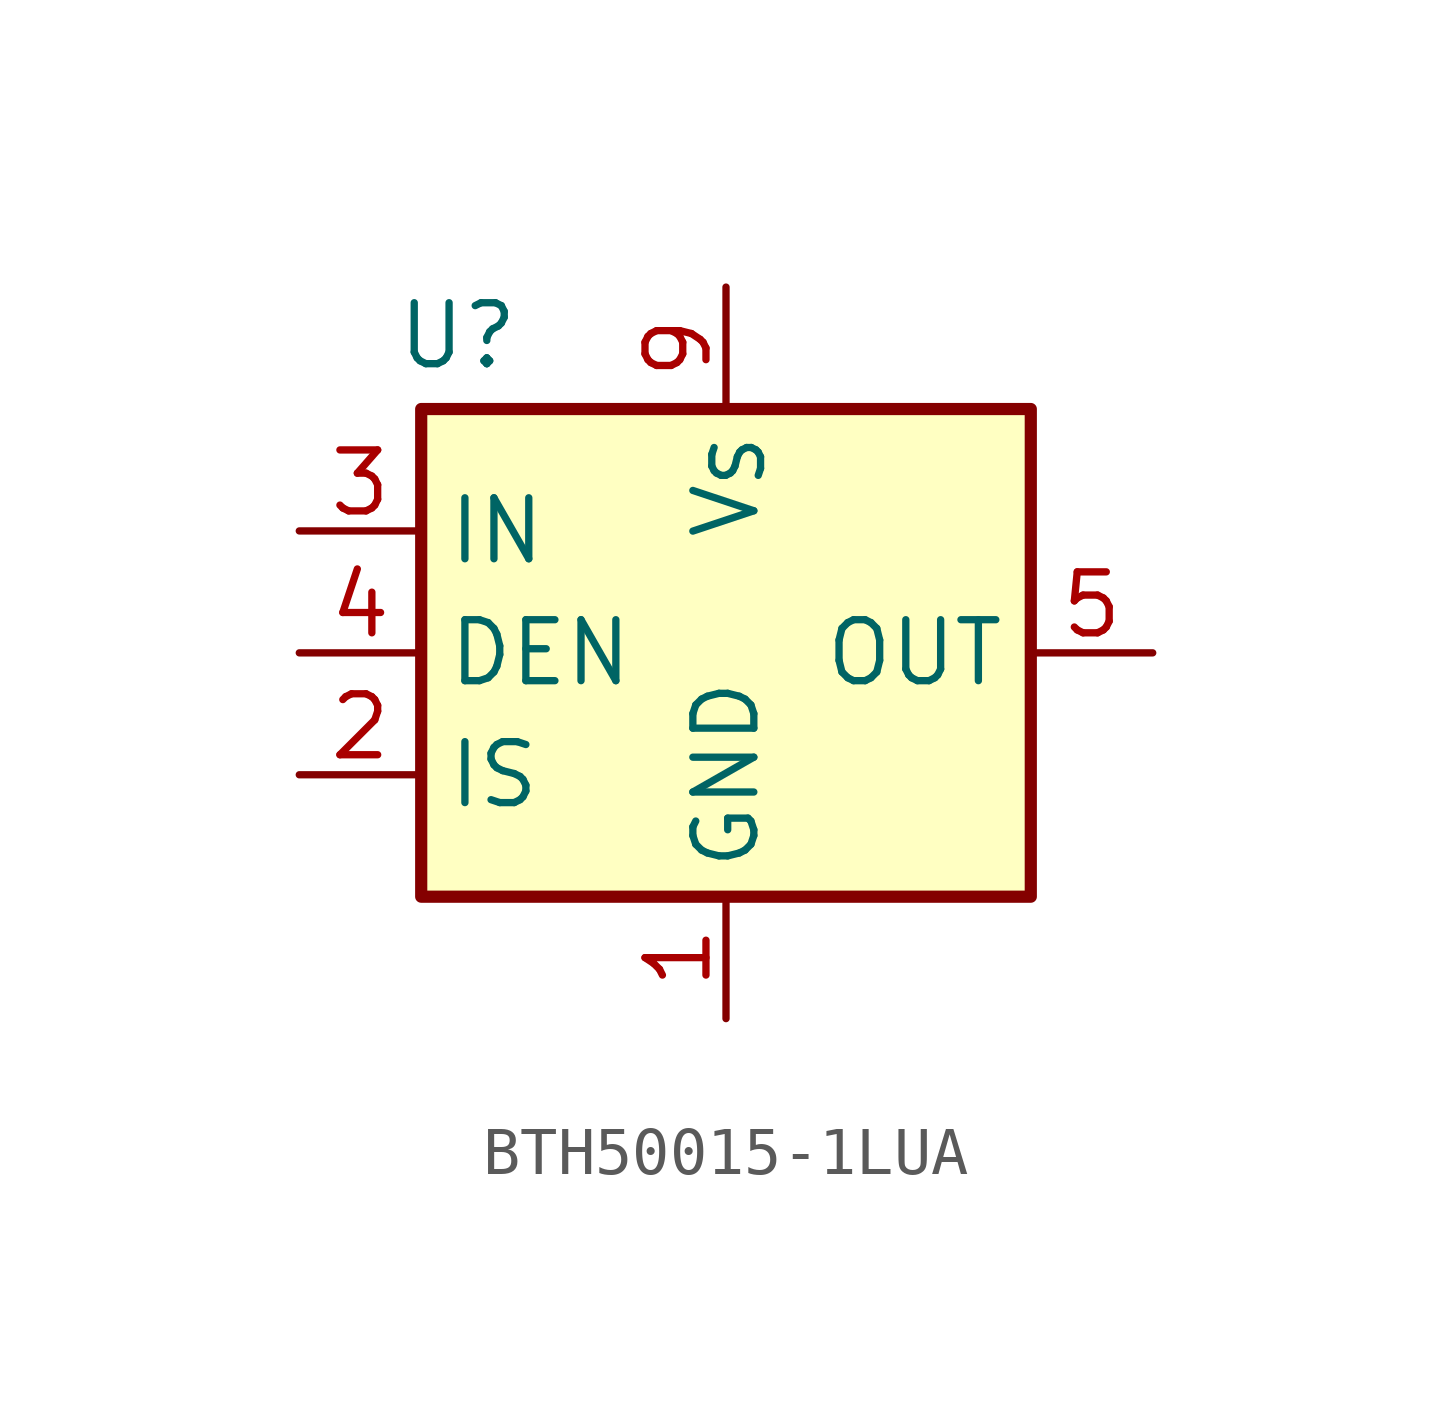
<source format=kicad_sym>
(kicad_symbol_lib
  (version 20241209)
  (generator "kicad_symbol_editor")
  (generator_version "9.0")
  (symbol "BTH50015-1LUA"
    (property "Reference" "U"
      (at -5.588 6.604 0)
      (effects (font (size 1.27 1.27))))
    (property "Value" ""
      (at 0 0 0)
      (effects (font (size 1.27 1.27))))
    (symbol "BTH50015-1LUA_0_1"
      (rectangle (start -6.35 5.08) (end 6.35 -5.08) (stroke (width 0.254) (type default)) (fill (type background))))
    (symbol "BTH50015-1LUA_1_1"
      (pin input line (at -8.89 2.54 0) (length 2.54) (name "IN" (effects (font (size 1.27 1.27)))) (number "3" (effects (font (size 1.27 1.27)))))
      (pin input line (at -8.89 0 0) (length 2.54) (name "DEN" (effects (font (size 1.27 1.27)))) (number "4" (effects (font (size 1.27 1.27)))))
      (pin output line (at -8.89 -2.54 0) (length 2.54) (name "IS" (effects (font (size 1.27 1.27)))) (number "2" (effects (font (size 1.27 1.27)))))
      (pin power_in line (at 0 7.62 270) (length 2.54) (name "V_{S}" (effects (font (size 1.27 1.27)))) (number "9" (effects (font (size 1.27 1.27)))))
      (pin power_out line (at 0 -7.62 90) (length 2.54) (name "GND" (effects (font (size 1.27 1.27)))) (number "1" (effects (font (size 1.27 1.27)))))
      (pin output line (at 8.89 0 180) (length 2.54) (name "OUT" (effects (font (size 1.27 1.27)))) (number "5" (effects (font (size 1.27 1.27))))))))
</source>
